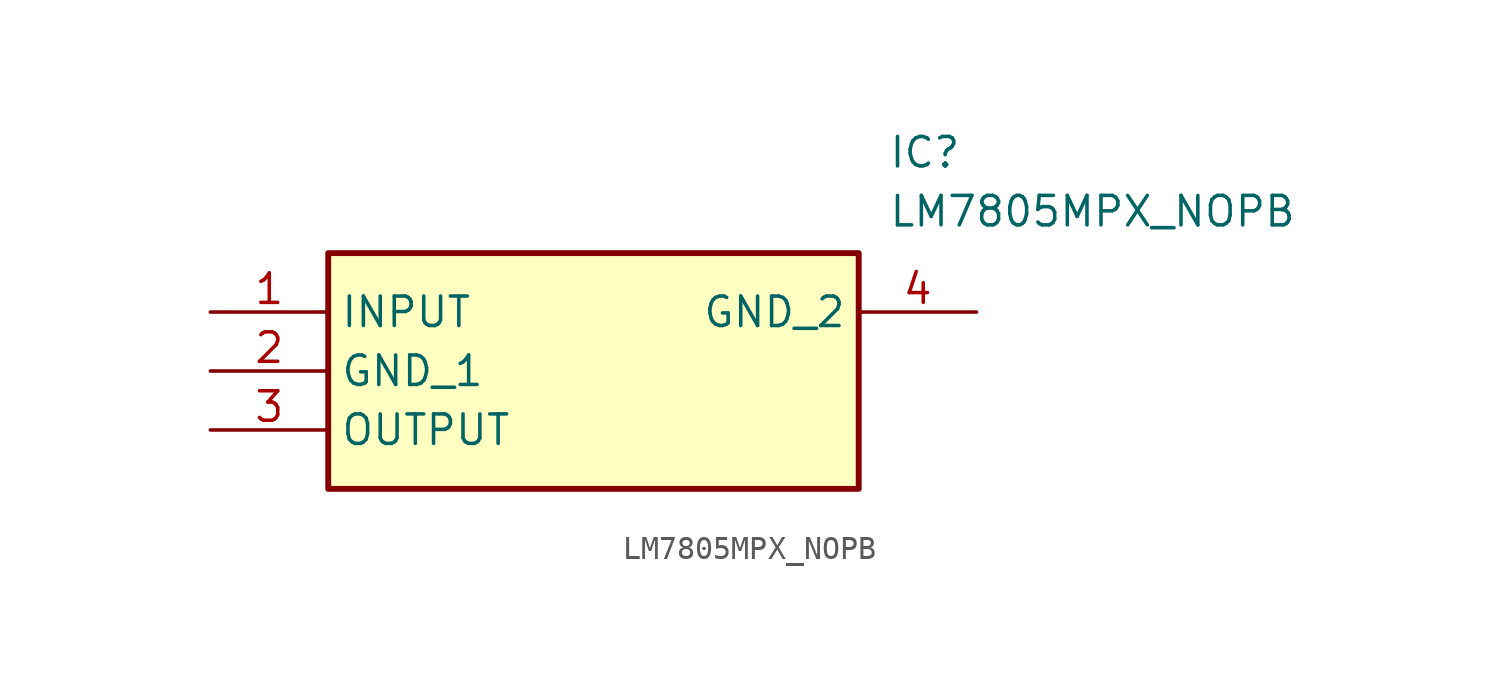
<source format=kicad_sym>
(kicad_symbol_lib
  (version 20211014)
  (generator SamacSys_ECAD_Model)
  (symbol "LM7805MPX_NOPB"
    (property "Reference" "IC"
      (at 29.21 7.62 0)
      (effects (font (size 1.27 1.27)) (justify left top)))
    (property "Value" "LM7805MPX_NOPB"
      (at 29.21 5.08 0)
      (effects (font (size 1.27 1.27)) (justify left top)))
    (rectangle
      (start 5.08 2.54)
      (end 27.94 -7.62)
      (stroke (width 0.254) (type default))
      (fill (type background)))
    (pin passive line
      (at 0 0 0)
      (length 5.08)
      (name "INPUT" (effects (font (size 1.27 1.27))))
      (number "1" (effects (font (size 1.27 1.27)))))
    (pin passive line
      (at 0 -2.54 0)
      (length 5.08)
      (name "GND_1" (effects (font (size 1.27 1.27))))
      (number "2" (effects (font (size 1.27 1.27)))))
    (pin passive line
      (at 0 -5.08 0)
      (length 5.08)
      (name "OUTPUT" (effects (font (size 1.27 1.27))))
      (number "3" (effects (font (size 1.27 1.27)))))
    (pin passive line
      (at 33.02 0 180)
      (length 5.08)
      (name "GND_2" (effects (font (size 1.27 1.27))))
      (number "4" (effects (font (size 1.27 1.27)))))))
</source>
